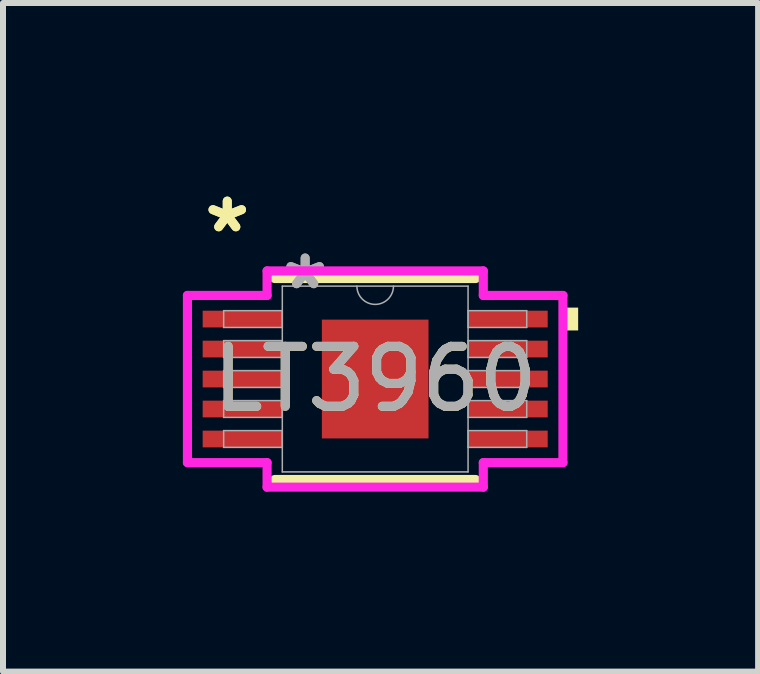
<source format=kicad_pcb>
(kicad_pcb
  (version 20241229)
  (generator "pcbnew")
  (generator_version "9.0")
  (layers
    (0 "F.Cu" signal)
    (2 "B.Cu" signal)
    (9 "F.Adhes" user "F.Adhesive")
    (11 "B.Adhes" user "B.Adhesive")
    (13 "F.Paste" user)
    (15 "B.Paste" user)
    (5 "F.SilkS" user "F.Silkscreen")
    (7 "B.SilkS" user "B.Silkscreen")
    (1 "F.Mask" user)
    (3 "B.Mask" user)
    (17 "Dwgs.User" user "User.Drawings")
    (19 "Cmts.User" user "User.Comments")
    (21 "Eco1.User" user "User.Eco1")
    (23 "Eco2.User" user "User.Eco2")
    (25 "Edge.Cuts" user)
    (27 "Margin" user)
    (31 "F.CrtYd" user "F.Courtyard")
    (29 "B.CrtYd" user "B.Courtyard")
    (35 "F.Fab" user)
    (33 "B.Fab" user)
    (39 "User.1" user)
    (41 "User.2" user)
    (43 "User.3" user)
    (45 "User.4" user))
  (footprint "LT3960"
    (layer "F.Cu")
    (at 3.207 3.271)
    (property "Reference" "LT3960" (at 0 0 0) (unlocked yes) (layer "F.SilkS") (effects (font (size 1 1) (thickness 0.15))))
    (attr smd)
    (fp_line (start -1.676 1.676) (end 1.676 1.676) (stroke (width 0.152) (type solid)) (layer "F.SilkS"))
    (fp_line (start 1.676 -1.676) (end -1.676 -1.676) (stroke (width 0.152) (type solid)) (layer "F.SilkS"))
    (fp_poly (pts (xy 3.385 -1.191) (xy 3.385 -0.81) (xy 3.131 -0.81) (xy 3.131 -1.191)) (stroke (width 0) (type solid)) (fill yes) (layer "F.SilkS"))
    (fp_line (start -3.131 -1.394) (end -1.803 -1.394) (stroke (width 0.152) (type solid)) (layer "F.CrtYd"))
    (fp_line (start -3.131 1.394) (end -3.131 -1.394) (stroke (width 0.152) (type solid)) (layer "F.CrtYd"))
    (fp_line (start -3.131 1.394) (end -1.803 1.394) (stroke (width 0.152) (type solid)) (layer "F.CrtYd"))
    (fp_line (start -1.803 -1.803) (end 1.803 -1.803) (stroke (width 0.152) (type solid)) (layer "F.CrtYd"))
    (fp_line (start -1.803 -1.394) (end -1.803 -1.803) (stroke (width 0.152) (type solid)) (layer "F.CrtYd"))
    (fp_line (start -1.803 1.803) (end -1.803 1.394) (stroke (width 0.152) (type solid)) (layer "F.CrtYd"))
    (fp_line (start 1.803 -1.803) (end 1.803 -1.394) (stroke (width 0.152) (type solid)) (layer "F.CrtYd"))
    (fp_line (start 1.803 1.394) (end 1.803 1.803) (stroke (width 0.152) (type solid)) (layer "F.CrtYd"))
    (fp_line (start 1.803 1.803) (end -1.803 1.803) (stroke (width 0.152) (type solid)) (layer "F.CrtYd"))
    (fp_line (start 3.131 -1.394) (end 1.803 -1.394) (stroke (width 0.152) (type solid)) (layer "F.CrtYd"))
    (fp_line (start 3.131 -1.394) (end 3.131 1.394) (stroke (width 0.152) (type solid)) (layer "F.CrtYd"))
    (fp_line (start 3.131 1.394) (end 1.803 1.394) (stroke (width 0.152) (type solid)) (layer "F.CrtYd"))
    (fp_line (start -2.527 -1.14) (end -2.527 -0.86) (stroke (width 0.025) (type solid)) (layer "F.Fab"))
    (fp_line (start -2.527 -0.86) (end -1.549 -0.86) (stroke (width 0.025) (type solid)) (layer "F.Fab"))
    (fp_line (start -2.527 -0.64) (end -2.527 -0.36) (stroke (width 0.025) (type solid)) (layer "F.Fab"))
    (fp_line (start -2.527 -0.36) (end -1.549 -0.36) (stroke (width 0.025) (type solid)) (layer "F.Fab"))
    (fp_line (start -2.527 -0.14) (end -2.527 0.14) (stroke (width 0.025) (type solid)) (layer "F.Fab"))
    (fp_line (start -2.527 0.14) (end -1.549 0.14) (stroke (width 0.025) (type solid)) (layer "F.Fab"))
    (fp_line (start -2.527 0.36) (end -2.527 0.64) (stroke (width 0.025) (type solid)) (layer "F.Fab"))
    (fp_line (start -2.527 0.64) (end -1.549 0.64) (stroke (width 0.025) (type solid)) (layer "F.Fab"))
    (fp_line (start -2.527 0.86) (end -2.527 1.14) (stroke (width 0.025) (type solid)) (layer "F.Fab"))
    (fp_line (start -2.527 1.14) (end -1.549 1.14) (stroke (width 0.025) (type solid)) (layer "F.Fab"))
    (fp_line (start -1.549 -1.549) (end -1.549 1.549) (stroke (width 0.025) (type solid)) (layer "F.Fab"))
    (fp_line (start -1.549 -1.14) (end -2.527 -1.14) (stroke (width 0.025) (type solid)) (layer "F.Fab"))
    (fp_line (start -1.549 -0.86) (end -1.549 -1.14) (stroke (width 0.025) (type solid)) (layer "F.Fab"))
    (fp_line (start -1.549 -0.64) (end -2.527 -0.64) (stroke (width 0.025) (type solid)) (layer "F.Fab"))
    (fp_line (start -1.549 -0.36) (end -1.549 -0.64) (stroke (width 0.025) (type solid)) (layer "F.Fab"))
    (fp_line (start -1.549 -0.14) (end -2.527 -0.14) (stroke (width 0.025) (type solid)) (layer "F.Fab"))
    (fp_line (start -1.549 0.14) (end -1.549 -0.14) (stroke (width 0.025) (type solid)) (layer "F.Fab"))
    (fp_line (start -1.549 0.36) (end -2.527 0.36) (stroke (width 0.025) (type solid)) (layer "F.Fab"))
    (fp_line (start -1.549 0.64) (end -1.549 0.36) (stroke (width 0.025) (type solid)) (layer "F.Fab"))
    (fp_line (start -1.549 0.86) (end -2.527 0.86) (stroke (width 0.025) (type solid)) (layer "F.Fab"))
    (fp_line (start -1.549 1.14) (end -1.549 0.86) (stroke (width 0.025) (type solid)) (layer "F.Fab"))
    (fp_line (start -1.549 1.549) (end 1.549 1.549) (stroke (width 0.025) (type solid)) (layer "F.Fab"))
    (fp_line (start 1.549 -1.549) (end -1.549 -1.549) (stroke (width 0.025) (type solid)) (layer "F.Fab"))
    (fp_line (start 1.549 -1.14) (end 1.549 -0.86) (stroke (width 0.025) (type solid)) (layer "F.Fab"))
    (fp_line (start 1.549 -0.86) (end 2.527 -0.86) (stroke (width 0.025) (type solid)) (layer "F.Fab"))
    (fp_line (start 1.549 -0.64) (end 1.549 -0.36) (stroke (width 0.025) (type solid)) (layer "F.Fab"))
    (fp_line (start 1.549 -0.36) (end 2.527 -0.36) (stroke (width 0.025) (type solid)) (layer "F.Fab"))
    (fp_line (start 1.549 -0.14) (end 1.549 0.14) (stroke (width 0.025) (type solid)) (layer "F.Fab"))
    (fp_line (start 1.549 0.14) (end 2.527 0.14) (stroke (width 0.025) (type solid)) (layer "F.Fab"))
    (fp_line (start 1.549 0.36) (end 1.549 0.64) (stroke (width 0.025) (type solid)) (layer "F.Fab"))
    (fp_line (start 1.549 0.64) (end 2.527 0.64) (stroke (width 0.025) (type solid)) (layer "F.Fab"))
    (fp_line (start 1.549 0.86) (end 1.549 1.14) (stroke (width 0.025) (type solid)) (layer "F.Fab"))
    (fp_line (start 1.549 1.14) (end 2.527 1.14) (stroke (width 0.025) (type solid)) (layer "F.Fab"))
    (fp_line (start 1.549 1.549) (end 1.549 -1.549) (stroke (width 0.025) (type solid)) (layer "F.Fab"))
    (fp_line (start 2.527 -1.14) (end 1.549 -1.14) (stroke (width 0.025) (type solid)) (layer "F.Fab"))
    (fp_line (start 2.527 -0.86) (end 2.527 -1.14) (stroke (width 0.025) (type solid)) (layer "F.Fab"))
    (fp_line (start 2.527 -0.64) (end 1.549 -0.64) (stroke (width 0.025) (type solid)) (layer "F.Fab"))
    (fp_line (start 2.527 -0.36) (end 2.527 -0.64) (stroke (width 0.025) (type solid)) (layer "F.Fab"))
    (fp_line (start 2.527 -0.14) (end 1.549 -0.14) (stroke (width 0.025) (type solid)) (layer "F.Fab"))
    (fp_line (start 2.527 0.14) (end 2.527 -0.14) (stroke (width 0.025) (type solid)) (layer "F.Fab"))
    (fp_line (start 2.527 0.36) (end 1.549 0.36) (stroke (width 0.025) (type solid)) (layer "F.Fab"))
    (fp_line (start 2.527 0.64) (end 2.527 0.36) (stroke (width 0.025) (type solid)) (layer "F.Fab"))
    (fp_line (start 2.527 0.86) (end 1.549 0.86) (stroke (width 0.025) (type solid)) (layer "F.Fab"))
    (fp_line (start 2.527 1.14) (end 2.527 0.86) (stroke (width 0.025) (type solid)) (layer "F.Fab"))
    (fp_arc (start 0.3048 -1.5494) (mid 0 -1.2446) (end -0.3048 -1.5494) (stroke (width 0.0254) (type solid)) (layer "F.Fab"))
    (fp_text user "*" (at -2.467 -2.422 0) (unlocked yes) (layer "F.SilkS") (effects (font (size 1 1) (thickness 0.15))))
    (fp_text user "*" (at -2.467 -2.422 0) (layer "F.SilkS") (effects (font (size 1 1) (thickness 0.15))))
    (fp_text user "${REFERENCE}" (at 0 0 0) (unlocked yes) (layer "F.Fab") (effects (font (size 1 1) (thickness 0.15))))
    (fp_text user "*" (at -1.168 -1.473 0) (layer "F.Fab") (effects (font (size 1 1) (thickness 0.15))))
    (fp_text user "*" (at -1.168 -1.473 0) (unlocked yes) (layer "F.Fab") (effects (font (size 1 1) (thickness 0.15))))
    (pad "1" smd rect (at -2.213 -1) (size 1.328 0.279) (layers "F.Cu" "F.Mask" "F.Paste"))
    (pad "2" smd rect (at -2.213 -0.5) (size 1.328 0.279) (layers "F.Cu" "F.Mask" "F.Paste"))
    (pad "3" smd rect (at -2.213 0) (size 1.328 0.279) (layers "F.Cu" "F.Mask" "F.Paste"))
    (pad "4" smd rect (at -2.213 0.5) (size 1.328 0.279) (layers "F.Cu" "F.Mask" "F.Paste"))
    (pad "5" smd rect (at -2.213 1) (size 1.328 0.279) (layers "F.Cu" "F.Mask" "F.Paste"))
    (pad "6" smd rect (at 2.213 1) (size 1.328 0.279) (layers "F.Cu" "F.Mask" "F.Paste"))
    (pad "7" smd rect (at 2.213 0.5) (size 1.328 0.279) (layers "F.Cu" "F.Mask" "F.Paste"))
    (pad "8" smd rect (at 2.213 0) (size 1.328 0.279) (layers "F.Cu" "F.Mask" "F.Paste"))
    (pad "9" smd rect (at 2.213 -0.5) (size 1.328 0.279) (layers "F.Cu" "F.Mask" "F.Paste"))
    (pad "10" smd rect (at 2.213 -1) (size 1.328 0.279) (layers "F.Cu" "F.Mask" "F.Paste"))
    (pad "11" smd rect (at 0 0) (size 1.778 1.981) (layers "F.Cu" "F.Mask" "F.Paste")))
  (gr_rect
    (start -3 -3)
    (end 9.593 8.15)
    (stroke (width 0.1) (type default))
    (fill no)
    (layer "Edge.Cuts")))
</source>
